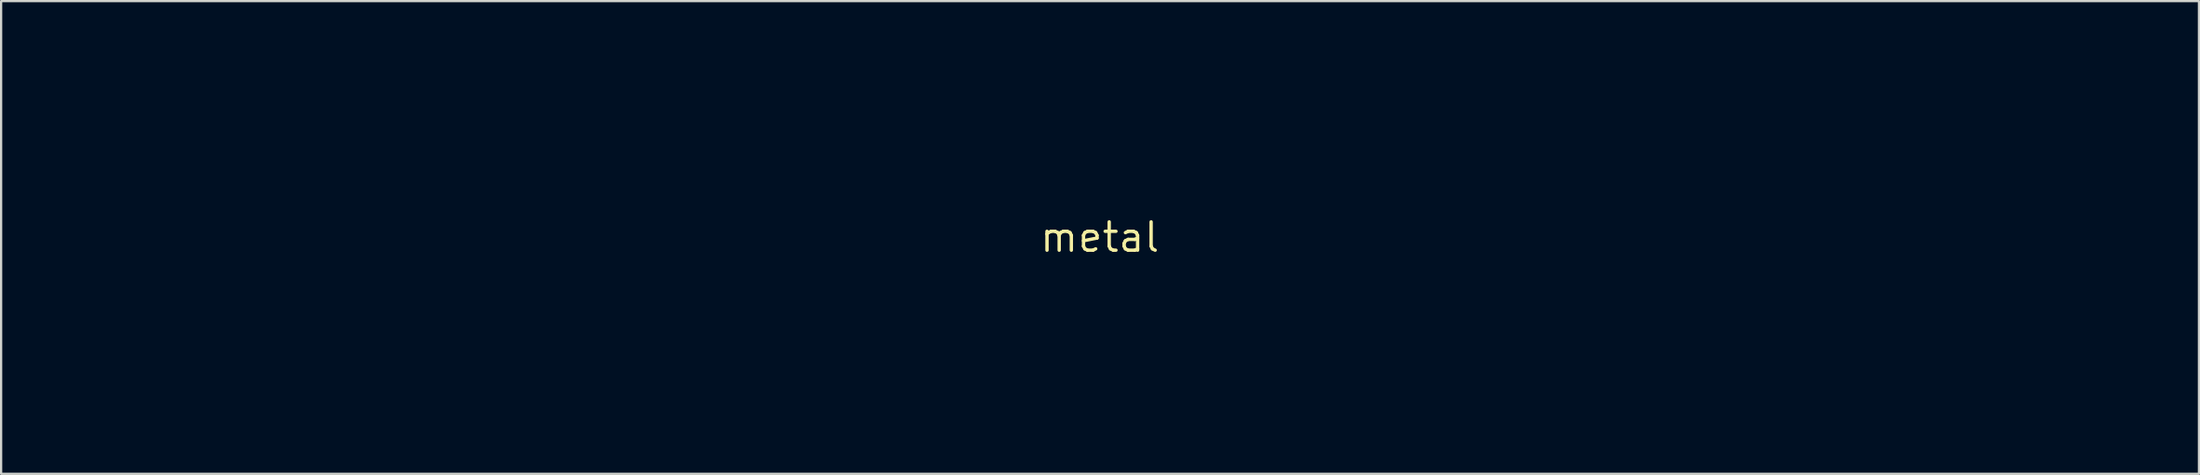
<source format=kicad_pcb>
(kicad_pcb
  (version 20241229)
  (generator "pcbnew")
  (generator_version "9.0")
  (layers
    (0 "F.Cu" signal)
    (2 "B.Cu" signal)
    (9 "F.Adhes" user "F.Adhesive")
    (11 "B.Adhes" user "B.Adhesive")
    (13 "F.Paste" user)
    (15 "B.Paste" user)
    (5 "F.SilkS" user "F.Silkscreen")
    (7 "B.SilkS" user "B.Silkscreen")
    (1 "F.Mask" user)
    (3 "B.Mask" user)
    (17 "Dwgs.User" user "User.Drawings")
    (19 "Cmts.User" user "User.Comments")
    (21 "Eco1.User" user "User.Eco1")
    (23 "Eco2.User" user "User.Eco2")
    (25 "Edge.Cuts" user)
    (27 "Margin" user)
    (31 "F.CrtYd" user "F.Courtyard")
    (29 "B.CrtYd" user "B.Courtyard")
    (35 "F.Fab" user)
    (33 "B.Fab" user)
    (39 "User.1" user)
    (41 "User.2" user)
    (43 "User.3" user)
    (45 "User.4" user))
  (footprint "metal"
    (layer "F.Cu")
    (at 46.138 7.583)
    (property "Reference" "metal" (at 0 0 0) (layer "F.SilkS") (effects (font (size 1.27 1.27) (thickness 0.15))))
    (attr through_hole)
    (fp_poly (pts (xy 33.452 -6.39) (xy 33.602 -6.351) (xy 33.741 -6.282) (xy 33.866 -6.182) (xy 33.968 -6.052) (xy 34.012 -5.972) (xy 34.038 -5.91) (xy 34.055 -5.852) (xy 34.064 -5.786) (xy 34.067 -5.698) (xy 34.068 -5.641) (xy 34.062 -5.499) (xy 34.041 -5.385) (xy 34.001 -5.287) (xy 33.938 -5.194) (xy 33.876 -5.123) (xy 33.758 -5.017) (xy 33.63 -4.946) (xy 33.484 -4.907) (xy 33.36 -4.896) (xy 33.239 -4.897) (xy 33.138 -4.907) (xy 33.09 -4.919) (xy 32.944 -4.987) (xy 32.812 -5.089) (xy 32.701 -5.215) (xy 32.623 -5.357) (xy 32.617 -5.372) (xy 32.585 -5.503) (xy 32.575 -5.651) (xy 32.589 -5.8) (xy 32.624 -5.935) (xy 32.646 -5.986) (xy 32.742 -6.129) (xy 32.86 -6.243) (xy 32.995 -6.325) (xy 33.143 -6.377) (xy 33.297 -6.399) (xy 33.452 -6.39)) (stroke (width 0.01) (type solid)) (fill yes) (layer "F.Mask"))
    (fp_poly (pts (xy 40.941 -3.891) (xy 41.099 -3.85) (xy 41.246 -3.771) (xy 41.373 -3.661) (xy 41.476 -3.522) (xy 41.504 -3.471) (xy 41.531 -3.411) (xy 41.548 -3.357) (xy 41.557 -3.294) (xy 41.56 -3.21) (xy 41.561 -3.143) (xy 41.555 -3.001) (xy 41.534 -2.887) (xy 41.494 -2.79) (xy 41.431 -2.696) (xy 41.369 -2.626) (xy 41.255 -2.522) (xy 41.133 -2.453) (xy 40.994 -2.413) (xy 40.842 -2.398) (xy 40.736 -2.397) (xy 40.657 -2.403) (xy 40.59 -2.418) (xy 40.535 -2.437) (xy 40.419 -2.5) (xy 40.306 -2.593) (xy 40.207 -2.703) (xy 40.132 -2.82) (xy 40.111 -2.868) (xy 40.078 -3.004) (xy 40.068 -3.155) (xy 40.082 -3.306) (xy 40.119 -3.442) (xy 40.139 -3.488) (xy 40.238 -3.636) (xy 40.363 -3.753) (xy 40.511 -3.837) (xy 40.678 -3.886) (xy 40.859 -3.898) (xy 40.941 -3.891)) (stroke (width 0.01) (type solid)) (fill yes) (layer "F.Mask"))
    (fp_poly (pts (xy 43.141 -3.274) (xy 43.278 -3.244) (xy 43.409 -3.185) (xy 43.463 -3.151) (xy 43.587 -3.045) (xy 43.682 -2.914) (xy 43.746 -2.766) (xy 43.779 -2.607) (xy 43.779 -2.443) (xy 43.746 -2.283) (xy 43.678 -2.133) (xy 43.625 -2.057) (xy 43.502 -1.934) (xy 43.356 -1.843) (xy 43.194 -1.787) (xy 43.023 -1.768) (xy 42.902 -1.778) (xy 42.737 -1.827) (xy 42.586 -1.913) (xy 42.456 -2.029) (xy 42.356 -2.171) (xy 42.343 -2.195) (xy 42.313 -2.26) (xy 42.295 -2.316) (xy 42.285 -2.38) (xy 42.282 -2.464) (xy 42.281 -2.519) (xy 42.282 -2.621) (xy 42.289 -2.696) (xy 42.303 -2.756) (xy 42.326 -2.818) (xy 42.336 -2.839) (xy 42.427 -2.99) (xy 42.546 -3.111) (xy 42.677 -3.197) (xy 42.757 -3.236) (xy 42.829 -3.259) (xy 42.911 -3.272) (xy 42.982 -3.277) (xy 43.141 -3.274)) (stroke (width 0.01) (type solid)) (fill yes) (layer "F.Mask"))
    (fp_poly (pts (xy 45.564 -2.425) (xy 45.731 -2.373) (xy 45.79 -2.344) (xy 45.923 -2.251) (xy 46.034 -2.125) (xy 46.102 -2.011) (xy 46.13 -1.944) (xy 46.148 -1.866) (xy 46.158 -1.764) (xy 46.16 -1.725) (xy 46.157 -1.564) (xy 46.129 -1.429) (xy 46.073 -1.308) (xy 45.985 -1.191) (xy 45.971 -1.176) (xy 45.854 -1.067) (xy 45.73 -0.994) (xy 45.59 -0.952) (xy 45.447 -0.938) (xy 45.325 -0.939) (xy 45.224 -0.949) (xy 45.177 -0.961) (xy 45.043 -1.019) (xy 44.924 -1.106) (xy 44.853 -1.176) (xy 44.774 -1.272) (xy 44.72 -1.366) (xy 44.689 -1.468) (xy 44.675 -1.592) (xy 44.672 -1.683) (xy 44.674 -1.787) (xy 44.68 -1.863) (xy 44.692 -1.923) (xy 44.713 -1.98) (xy 44.727 -2.011) (xy 44.818 -2.157) (xy 44.936 -2.275) (xy 45.076 -2.363) (xy 45.23 -2.418) (xy 45.395 -2.44) (xy 45.564 -2.425)) (stroke (width 0.01) (type solid)) (fill yes) (layer "F.Mask"))
    (fp_poly (pts (xy 35.884 -5.575) (xy 35.958 -5.567) (xy 36.021 -5.551) (xy 36.086 -5.523) (xy 36.089 -5.522) (xy 36.24 -5.432) (xy 36.358 -5.319) (xy 36.449 -5.178) (xy 36.453 -5.169) (xy 36.486 -5.1) (xy 36.506 -5.043) (xy 36.517 -4.985) (xy 36.522 -4.911) (xy 36.523 -4.816) (xy 36.522 -4.716) (xy 36.518 -4.646) (xy 36.507 -4.592) (xy 36.487 -4.54) (xy 36.455 -4.478) (xy 36.45 -4.47) (xy 36.347 -4.32) (xy 36.219 -4.204) (xy 36.069 -4.124) (xy 35.898 -4.08) (xy 35.83 -4.073) (xy 35.724 -4.072) (xy 35.626 -4.082) (xy 35.58 -4.092) (xy 35.413 -4.159) (xy 35.272 -4.259) (xy 35.16 -4.385) (xy 35.081 -4.536) (xy 35.036 -4.705) (xy 35.028 -4.826) (xy 35.047 -5.01) (xy 35.103 -5.173) (xy 35.195 -5.314) (xy 35.322 -5.433) (xy 35.474 -5.522) (xy 35.542 -5.55) (xy 35.606 -5.567) (xy 35.681 -5.575) (xy 35.782 -5.577) (xy 35.884 -5.575)) (stroke (width 0.01) (type solid)) (fill yes) (layer "F.Mask"))
    (fp_poly (pts (xy 38.382 -4.751) (xy 38.454 -4.746) (xy 38.511 -4.734) (xy 38.565 -4.714) (xy 38.611 -4.691) (xy 38.76 -4.593) (xy 38.884 -4.462) (xy 38.961 -4.339) (xy 38.989 -4.28) (xy 39.007 -4.227) (xy 39.016 -4.168) (xy 39.02 -4.089) (xy 39.021 -4.011) (xy 39.019 -3.908) (xy 39.014 -3.834) (xy 39.002 -3.776) (xy 38.981 -3.72) (xy 38.964 -3.683) (xy 38.866 -3.53) (xy 38.74 -3.408) (xy 38.588 -3.318) (xy 38.416 -3.263) (xy 38.407 -3.262) (xy 38.337 -3.249) (xy 38.288 -3.243) (xy 38.245 -3.244) (xy 38.19 -3.252) (xy 38.138 -3.26) (xy 38.039 -3.288) (xy 37.929 -3.337) (xy 37.824 -3.398) (xy 37.74 -3.463) (xy 37.718 -3.486) (xy 37.618 -3.63) (xy 37.553 -3.788) (xy 37.524 -3.952) (xy 37.53 -4.118) (xy 37.572 -4.279) (xy 37.648 -4.427) (xy 37.753 -4.551) (xy 37.854 -4.638) (xy 37.948 -4.696) (xy 38.048 -4.732) (xy 38.166 -4.749) (xy 38.28 -4.752) (xy 38.382 -4.751)) (stroke (width 0.01) (type solid)) (fill yes) (layer "F.Mask"))
    (fp_poly (pts (xy 10.107 -5.831) (xy 10.14 -3.545) (xy 10.144 -3.238) (xy 10.149 -2.943) (xy 10.153 -2.663) (xy 10.156 -2.4) (xy 10.16 -2.157) (xy 10.163 -1.938) (xy 10.165 -1.744) (xy 10.168 -1.579) (xy 10.17 -1.445) (xy 10.171 -1.345) (xy 10.172 -1.281) (xy 10.172 -1.257) (xy 10.172 -1.257) (xy 10.152 -1.254) (xy 10.1 -1.249) (xy 10.028 -1.243) (xy 10.017 -1.242) (xy 9.864 -1.23) (xy 9.863 -1.393) (xy 9.863 -1.438) (xy 9.862 -1.522) (xy 9.86 -1.641) (xy 9.858 -1.793) (xy 9.855 -1.975) (xy 9.852 -2.182) (xy 9.849 -2.412) (xy 9.845 -2.662) (xy 9.841 -2.928) (xy 9.837 -3.206) (xy 9.832 -3.494) (xy 9.832 -3.524) (xy 9.827 -3.814) (xy 9.823 -4.094) (xy 9.819 -4.362) (xy 9.815 -4.614) (xy 9.812 -4.848) (xy 9.809 -5.059) (xy 9.806 -5.244) (xy 9.804 -5.401) (xy 9.802 -5.526) (xy 9.801 -5.615) (xy 9.801 -5.666) (xy 9.801 -5.668) (xy 9.8 -5.844) (xy 10.107 -5.831)) (stroke (width 0.01) (type solid)) (fill yes) (layer "F.Mask"))
    (fp_poly (pts (xy -1.926 -5.699) (xy -1.926 -5.619) (xy -1.925 -5.501) (xy -1.923 -5.349) (xy -1.921 -5.167) (xy -1.919 -4.959) (xy -1.916 -4.729) (xy -1.913 -4.482) (xy -1.91 -4.22) (xy -1.906 -3.949) (xy -1.902 -3.673) (xy -1.898 -3.395) (xy -1.894 -3.12) (xy -1.89 -2.852) (xy -1.886 -2.595) (xy -1.883 -2.352) (xy -1.879 -2.129) (xy -1.876 -1.929) (xy -1.873 -1.773) (xy -1.86 -1.079) (xy -2.02 -1.079) (xy -2.11 -1.082) (xy -2.162 -1.09) (xy -2.18 -1.104) (xy -2.181 -1.106) (xy -2.183 -1.274) (xy -2.186 -1.469) (xy -2.19 -1.688) (xy -2.193 -1.927) (xy -2.197 -2.182) (xy -2.201 -2.451) (xy -2.205 -2.73) (xy -2.209 -3.014) (xy -2.213 -3.302) (xy -2.217 -3.588) (xy -2.22 -3.87) (xy -2.224 -4.145) (xy -2.228 -4.408) (xy -2.231 -4.656) (xy -2.234 -4.886) (xy -2.237 -5.094) (xy -2.239 -5.276) (xy -2.241 -5.43) (xy -2.242 -5.551) (xy -2.243 -5.637) (xy -2.243 -5.678) (xy -2.244 -5.99) (xy -1.926 -5.99) (xy -1.926 -5.699)) (stroke (width 0.01) (type solid)) (fill yes) (layer "F.Mask"))
    (fp_poly (pts (xy 2.413 -5.837) (xy 2.414 -5.8) (xy 2.415 -5.724) (xy 2.416 -5.612) (xy 2.418 -5.466) (xy 2.421 -5.291) (xy 2.424 -5.089) (xy 2.427 -4.864) (xy 2.431 -4.617) (xy 2.435 -4.353) (xy 2.439 -4.075) (xy 2.443 -3.785) (xy 2.445 -3.683) (xy 2.449 -3.387) (xy 2.453 -3.1) (xy 2.457 -2.824) (xy 2.461 -2.563) (xy 2.465 -2.321) (xy 2.468 -2.1) (xy 2.47 -1.904) (xy 2.473 -1.736) (xy 2.474 -1.599) (xy 2.475 -1.498) (xy 2.476 -1.434) (xy 2.476 -1.423) (xy 2.477 -1.206) (xy 2.159 -1.206) (xy 2.159 -1.582) (xy 2.159 -1.677) (xy 2.158 -1.81) (xy 2.156 -1.976) (xy 2.154 -2.171) (xy 2.152 -2.39) (xy 2.149 -2.63) (xy 2.146 -2.886) (xy 2.142 -3.153) (xy 2.138 -3.427) (xy 2.135 -3.703) (xy 2.131 -3.977) (xy 2.127 -4.245) (xy 2.123 -4.502) (xy 2.119 -4.744) (xy 2.115 -4.966) (xy 2.112 -5.164) (xy 2.109 -5.333) (xy 2.107 -5.413) (xy 2.096 -5.948) (xy 2.413 -5.948) (xy 2.413 -5.837)) (stroke (width 0.01) (type solid)) (fill yes) (layer "F.Mask"))
    (fp_poly (pts (xy 13.039 -5.604) (xy 13.04 -5.548) (xy 13.041 -5.453) (xy 13.042 -5.323) (xy 13.044 -5.16) (xy 13.047 -4.969) (xy 13.05 -4.753) (xy 13.053 -4.514) (xy 13.057 -4.257) (xy 13.061 -3.985) (xy 13.065 -3.702) (xy 13.07 -3.41) (xy 13.07 -3.376) (xy 13.075 -3.088) (xy 13.079 -2.81) (xy 13.083 -2.547) (xy 13.087 -2.3) (xy 13.09 -2.074) (xy 13.093 -1.871) (xy 13.096 -1.694) (xy 13.098 -1.546) (xy 13.1 -1.431) (xy 13.101 -1.352) (xy 13.102 -1.311) (xy 13.102 -1.307) (xy 13.102 -1.228) (xy 12.785 -1.228) (xy 12.785 -1.58) (xy 12.784 -1.673) (xy 12.783 -1.803) (xy 12.782 -1.967) (xy 12.78 -2.16) (xy 12.777 -2.377) (xy 12.774 -2.614) (xy 12.771 -2.867) (xy 12.767 -3.13) (xy 12.763 -3.4) (xy 12.76 -3.672) (xy 12.756 -3.942) (xy 12.752 -4.204) (xy 12.748 -4.455) (xy 12.744 -4.691) (xy 12.74 -4.905) (xy 12.736 -5.095) (xy 12.733 -5.256) (xy 12.732 -5.308) (xy 12.721 -5.842) (xy 13.039 -5.842) (xy 13.039 -5.604)) (stroke (width 0.01) (type solid)) (fill yes) (layer "F.Mask"))
    (fp_poly (pts (xy 7.451 -5.487) (xy 7.452 -5.413) (xy 7.453 -5.3) (xy 7.454 -5.153) (xy 7.456 -4.974) (xy 7.459 -4.767) (xy 7.462 -4.537) (xy 7.466 -4.287) (xy 7.469 -4.021) (xy 7.473 -3.743) (xy 7.478 -3.455) (xy 7.481 -3.196) (xy 7.486 -2.914) (xy 7.49 -2.644) (xy 7.493 -2.389) (xy 7.497 -2.153) (xy 7.5 -1.937) (xy 7.502 -1.746) (xy 7.504 -1.582) (xy 7.506 -1.449) (xy 7.507 -1.348) (xy 7.508 -1.283) (xy 7.507 -1.258) (xy 7.507 -1.257) (xy 7.486 -1.254) (xy 7.433 -1.249) (xy 7.36 -1.243) (xy 7.35 -1.242) (xy 7.197 -1.23) (xy 7.197 -1.52) (xy 7.196 -1.601) (xy 7.195 -1.72) (xy 7.194 -1.873) (xy 7.191 -2.056) (xy 7.189 -2.264) (xy 7.186 -2.493) (xy 7.182 -2.738) (xy 7.179 -2.996) (xy 7.175 -3.263) (xy 7.171 -3.533) (xy 7.167 -3.803) (xy 7.163 -4.068) (xy 7.159 -4.325) (xy 7.154 -4.568) (xy 7.151 -4.794) (xy 7.147 -4.998) (xy 7.143 -5.177) (xy 7.143 -5.191) (xy 7.13 -5.842) (xy 7.451 -5.842) (xy 7.451 -5.487)) (stroke (width 0.01) (type solid)) (fill yes) (layer "F.Mask"))
    (fp_poly (pts (xy -18.669 -5.772) (xy -18.669 -5.687) (xy -18.668 -5.563) (xy -18.666 -5.405) (xy -18.664 -5.218) (xy -18.662 -5.004) (xy -18.659 -4.768) (xy -18.656 -4.514) (xy -18.653 -4.247) (xy -18.65 -3.97) (xy -18.646 -3.688) (xy -18.642 -3.404) (xy -18.638 -3.123) (xy -18.634 -2.848) (xy -18.631 -2.584) (xy -18.627 -2.336) (xy -18.623 -2.106) (xy -18.62 -1.899) (xy -18.617 -1.719) (xy -18.616 -1.656) (xy -18.603 -0.974) (xy -18.92 -0.974) (xy -18.931 -1.064) (xy -18.933 -1.096) (xy -18.935 -1.169) (xy -18.937 -1.278) (xy -18.94 -1.421) (xy -18.942 -1.595) (xy -18.945 -1.797) (xy -18.948 -2.024) (xy -18.952 -2.275) (xy -18.955 -2.545) (xy -18.958 -2.831) (xy -18.961 -3.132) (xy -18.964 -3.445) (xy -18.965 -3.514) (xy -18.968 -3.829) (xy -18.971 -4.133) (xy -18.974 -4.424) (xy -18.977 -4.7) (xy -18.981 -4.956) (xy -18.984 -5.19) (xy -18.986 -5.4) (xy -18.989 -5.583) (xy -18.992 -5.735) (xy -18.994 -5.854) (xy -18.996 -5.937) (xy -18.997 -5.981) (xy -18.998 -5.985) (xy -19.008 -6.096) (xy -18.669 -6.096) (xy -18.669 -5.772)) (stroke (width 0.01) (type solid)) (fill yes) (layer "F.Mask"))
    (fp_poly (pts (xy -4.022 -5.572) (xy -4.021 -5.475) (xy -4.021 -5.34) (xy -4.019 -5.171) (xy -4.017 -4.973) (xy -4.015 -4.75) (xy -4.012 -4.507) (xy -4.009 -4.247) (xy -4.006 -3.976) (xy -4.002 -3.697) (xy -3.998 -3.416) (xy -3.995 -3.135) (xy -3.991 -2.86) (xy -3.987 -2.596) (xy -3.983 -2.345) (xy -3.98 -2.114) (xy -3.976 -1.905) (xy -3.973 -1.725) (xy -3.97 -1.582) (xy -3.96 -1.079) (xy -4.118 -1.079) (xy -4.194 -1.08) (xy -4.25 -1.082) (xy -4.276 -1.084) (xy -4.277 -1.085) (xy -4.278 -1.108) (xy -4.279 -1.17) (xy -4.281 -1.267) (xy -4.284 -1.396) (xy -4.286 -1.555) (xy -4.289 -1.738) (xy -4.292 -1.944) (xy -4.295 -2.168) (xy -4.299 -2.407) (xy -4.303 -2.658) (xy -4.306 -2.917) (xy -4.31 -3.181) (xy -4.314 -3.447) (xy -4.317 -3.711) (xy -4.321 -3.97) (xy -4.324 -4.22) (xy -4.327 -4.458) (xy -4.33 -4.681) (xy -4.332 -4.885) (xy -4.334 -5.066) (xy -4.336 -5.222) (xy -4.337 -5.349) (xy -4.338 -5.443) (xy -4.338 -5.487) (xy -4.339 -5.99) (xy -4.022 -5.99) (xy -4.022 -5.572)) (stroke (width 0.01) (type solid)) (fill yes) (layer "F.Mask"))
    (fp_poly (pts (xy 19.312 -5.159) (xy 19.316 -4.972) (xy 19.321 -4.763) (xy 19.325 -4.538) (xy 19.329 -4.298) (xy 19.334 -4.048) (xy 19.338 -3.792) (xy 19.342 -3.532) (xy 19.346 -3.272) (xy 19.349 -3.016) (xy 19.352 -2.767) (xy 19.355 -2.529) (xy 19.358 -2.305) (xy 19.36 -2.098) (xy 19.361 -1.913) (xy 19.362 -1.753) (xy 19.363 -1.621) (xy 19.362 -1.521) (xy 19.362 -1.456) (xy 19.36 -1.429) (xy 19.36 -1.429) (xy 19.341 -1.411) (xy 19.297 -1.4) (xy 19.22 -1.397) (xy 19.209 -1.397) (xy 19.071 -1.397) (xy 19.071 -1.55) (xy 19.07 -1.595) (xy 19.069 -1.678) (xy 19.068 -1.796) (xy 19.065 -1.947) (xy 19.063 -2.127) (xy 19.059 -2.332) (xy 19.056 -2.559) (xy 19.052 -2.806) (xy 19.048 -3.067) (xy 19.043 -3.341) (xy 19.039 -3.567) (xy 19.035 -3.847) (xy 19.03 -4.118) (xy 19.026 -4.377) (xy 19.022 -4.618) (xy 19.019 -4.841) (xy 19.016 -5.04) (xy 19.013 -5.213) (xy 19.011 -5.356) (xy 19.009 -5.467) (xy 19.008 -5.541) (xy 19.008 -5.572) (xy 19.008 -5.715) (xy 19.299 -5.715) (xy 19.312 -5.159)) (stroke (width 0.01) (type solid)) (fill yes) (layer "F.Mask"))
    (fp_poly (pts (xy -12.592 -5.99) (xy -12.536 -5.988) (xy -12.509 -5.985) (xy -12.509 -5.985) (xy -12.508 -5.961) (xy -12.507 -5.899) (xy -12.505 -5.801) (xy -12.503 -5.67) (xy -12.5 -5.511) (xy -12.497 -5.326) (xy -12.494 -5.12) (xy -12.491 -4.894) (xy -12.488 -4.654) (xy -12.484 -4.401) (xy -12.48 -4.14) (xy -12.477 -3.874) (xy -12.473 -3.606) (xy -12.469 -3.339) (xy -12.466 -3.077) (xy -12.462 -2.824) (xy -12.459 -2.583) (xy -12.456 -2.356) (xy -12.454 -2.148) (xy -12.451 -1.962) (xy -12.45 -1.802) (xy -12.448 -1.669) (xy -12.447 -1.569) (xy -12.447 -1.504) (xy -12.447 -1.498) (xy -12.446 -1.079) (xy -12.764 -1.079) (xy -12.763 -1.445) (xy -12.764 -1.537) (xy -12.765 -1.667) (xy -12.766 -1.832) (xy -12.768 -2.025) (xy -12.771 -2.244) (xy -12.773 -2.484) (xy -12.777 -2.74) (xy -12.78 -3.008) (xy -12.784 -3.285) (xy -12.787 -3.565) (xy -12.791 -3.844) (xy -12.795 -4.119) (xy -12.799 -4.384) (xy -12.803 -4.635) (xy -12.807 -4.869) (xy -12.81 -5.081) (xy -12.813 -5.267) (xy -12.816 -5.403) (xy -12.828 -5.99) (xy -12.669 -5.99) (xy -12.592 -5.99)) (stroke (width 0.01) (type solid)) (fill yes) (layer "F.Mask"))
    (fp_poly (pts (xy -6.008 -5.99) (xy -5.952 -5.988) (xy -5.926 -5.985) (xy -5.925 -5.985) (xy -5.924 -5.962) (xy -5.923 -5.901) (xy -5.921 -5.803) (xy -5.918 -5.674) (xy -5.916 -5.516) (xy -5.913 -5.333) (xy -5.91 -5.128) (xy -5.906 -4.904) (xy -5.903 -4.666) (xy -5.899 -4.415) (xy -5.896 -4.156) (xy -5.892 -3.893) (xy -5.888 -3.628) (xy -5.885 -3.365) (xy -5.881 -3.107) (xy -5.878 -2.858) (xy -5.875 -2.621) (xy -5.873 -2.4) (xy -5.87 -2.198) (xy -5.868 -2.018) (xy -5.866 -1.863) (xy -5.865 -1.738) (xy -5.865 -1.646) (xy -5.864 -1.614) (xy -5.863 -1.079) (xy -6.181 -1.079) (xy -6.181 -1.508) (xy -6.181 -1.609) (xy -6.182 -1.747) (xy -6.183 -1.919) (xy -6.185 -2.121) (xy -6.188 -2.346) (xy -6.19 -2.592) (xy -6.193 -2.854) (xy -6.197 -3.126) (xy -6.2 -3.406) (xy -6.204 -3.688) (xy -6.208 -3.968) (xy -6.211 -4.242) (xy -6.215 -4.505) (xy -6.219 -4.752) (xy -6.222 -4.98) (xy -6.226 -5.184) (xy -6.229 -5.359) (xy -6.232 -5.501) (xy -6.232 -5.519) (xy -6.242 -5.99) (xy -6.084 -5.99) (xy -6.008 -5.99)) (stroke (width 0.01) (type solid)) (fill yes) (layer "F.Mask"))
    (fp_poly (pts (xy 26.331 -5.403) (xy 26.332 -5.308) (xy 26.333 -5.176) (xy 26.334 -5.011) (xy 26.336 -4.818) (xy 26.339 -4.601) (xy 26.342 -4.366) (xy 26.345 -4.116) (xy 26.349 -3.857) (xy 26.353 -3.594) (xy 26.357 -3.33) (xy 26.361 -3.071) (xy 26.365 -2.821) (xy 26.369 -2.586) (xy 26.372 -2.369) (xy 26.376 -2.176) (xy 26.379 -2.012) (xy 26.382 -1.88) (xy 26.382 -1.868) (xy 26.392 -1.46) (xy 26.246 -1.46) (xy 26.168 -1.462) (xy 26.123 -1.467) (xy 26.101 -1.48) (xy 26.091 -1.503) (xy 26.09 -1.508) (xy 26.088 -1.536) (xy 26.086 -1.603) (xy 26.084 -1.706) (xy 26.081 -1.843) (xy 26.078 -2.009) (xy 26.075 -2.203) (xy 26.071 -2.42) (xy 26.068 -2.659) (xy 26.065 -2.915) (xy 26.061 -3.187) (xy 26.058 -3.47) (xy 26.057 -3.503) (xy 26.054 -3.791) (xy 26.05 -4.069) (xy 26.047 -4.335) (xy 26.043 -4.584) (xy 26.039 -4.815) (xy 26.036 -5.024) (xy 26.033 -5.206) (xy 26.03 -5.36) (xy 26.027 -5.481) (xy 26.025 -5.567) (xy 26.023 -5.613) (xy 26.023 -5.614) (xy 26.011 -5.779) (xy 26.331 -5.779) (xy 26.331 -5.403)) (stroke (width 0.01) (type solid)) (fill yes) (layer "F.Mask"))
    (fp_poly (pts (xy -13.878 -5.858) (xy -13.876 -5.805) (xy -13.874 -5.714) (xy -13.871 -5.588) (xy -13.868 -5.43) (xy -13.865 -5.244) (xy -13.862 -5.034) (xy -13.859 -4.804) (xy -13.855 -4.556) (xy -13.852 -4.295) (xy -13.848 -4.023) (xy -13.845 -3.746) (xy -13.841 -3.466) (xy -13.838 -3.187) (xy -13.835 -2.912) (xy -13.832 -2.646) (xy -13.83 -2.391) (xy -13.827 -2.152) (xy -13.825 -1.931) (xy -13.824 -1.734) (xy -13.822 -1.562) (xy -13.822 -1.42) (xy -13.821 -1.312) (xy -13.821 -1.307) (xy -13.822 -0.974) (xy -14.139 -0.974) (xy -14.14 -1.254) (xy -14.14 -1.314) (xy -14.141 -1.413) (xy -14.143 -1.548) (xy -14.144 -1.716) (xy -14.147 -1.913) (xy -14.15 -2.136) (xy -14.153 -2.381) (xy -14.156 -2.647) (xy -14.16 -2.928) (xy -14.164 -3.222) (xy -14.168 -3.527) (xy -14.171 -3.747) (xy -14.175 -4.05) (xy -14.179 -4.343) (xy -14.183 -4.622) (xy -14.187 -4.884) (xy -14.19 -5.126) (xy -14.193 -5.346) (xy -14.196 -5.54) (xy -14.198 -5.706) (xy -14.2 -5.841) (xy -14.201 -5.941) (xy -14.202 -6.005) (xy -14.202 -6.027) (xy -14.203 -6.096) (xy -13.89 -6.096) (xy -13.878 -5.858)) (stroke (width 0.01) (type solid)) (fill yes) (layer "F.Mask"))
    (fp_poly (pts (xy -9.565 -5.99) (xy -9.509 -5.988) (xy -9.482 -5.985) (xy -9.482 -5.985) (xy -9.481 -5.962) (xy -9.479 -5.899) (xy -9.478 -5.801) (xy -9.476 -5.671) (xy -9.473 -5.513) (xy -9.47 -5.328) (xy -9.467 -5.122) (xy -9.464 -4.897) (xy -9.46 -4.657) (xy -9.457 -4.405) (xy -9.453 -4.144) (xy -9.449 -3.878) (xy -9.446 -3.611) (xy -9.442 -3.345) (xy -9.439 -3.084) (xy -9.435 -2.832) (xy -9.432 -2.591) (xy -9.429 -2.366) (xy -9.427 -2.159) (xy -9.424 -1.974) (xy -9.423 -1.814) (xy -9.421 -1.683) (xy -9.42 -1.584) (xy -9.42 -1.521) (xy -9.42 -1.519) (xy -9.419 -1.079) (xy -9.737 -1.079) (xy -9.737 -1.454) (xy -9.737 -1.548) (xy -9.738 -1.68) (xy -9.739 -1.846) (xy -9.741 -2.042) (xy -9.744 -2.262) (xy -9.747 -2.503) (xy -9.75 -2.76) (xy -9.753 -3.029) (xy -9.757 -3.306) (xy -9.76 -3.586) (xy -9.764 -3.866) (xy -9.768 -4.139) (xy -9.772 -4.404) (xy -9.776 -4.654) (xy -9.779 -4.885) (xy -9.783 -5.094) (xy -9.786 -5.276) (xy -9.789 -5.427) (xy -9.789 -5.435) (xy -9.8 -5.99) (xy -9.641 -5.99) (xy -9.565 -5.99)) (stroke (width 0.01) (type solid)) (fill yes) (layer "F.Mask"))
    (fp_poly (pts (xy -7.683 -5.71) (xy -7.683 -5.649) (xy -7.682 -5.549) (xy -7.68 -5.413) (xy -7.678 -5.245) (xy -7.676 -5.048) (xy -7.673 -4.826) (xy -7.67 -4.582) (xy -7.666 -4.318) (xy -7.662 -4.039) (xy -7.658 -3.748) (xy -7.654 -3.449) (xy -7.652 -3.313) (xy -7.647 -3.016) (xy -7.643 -2.73) (xy -7.639 -2.459) (xy -7.636 -2.204) (xy -7.632 -1.97) (xy -7.629 -1.759) (xy -7.627 -1.573) (xy -7.624 -1.417) (xy -7.623 -1.292) (xy -7.621 -1.202) (xy -7.621 -1.15) (xy -7.62 -1.138) (xy -7.62 -1.079) (xy -7.938 -1.079) (xy -7.938 -1.148) (xy -7.938 -1.179) (xy -7.939 -1.249) (xy -7.941 -1.355) (xy -7.943 -1.495) (xy -7.945 -1.665) (xy -7.948 -1.863) (xy -7.951 -2.085) (xy -7.955 -2.329) (xy -7.958 -2.592) (xy -7.963 -2.87) (xy -7.967 -3.161) (xy -7.969 -3.334) (xy -7.974 -3.636) (xy -7.978 -3.931) (xy -7.982 -4.215) (xy -7.986 -4.485) (xy -7.989 -4.737) (xy -7.992 -4.969) (xy -7.995 -5.176) (xy -7.997 -5.356) (xy -7.999 -5.506) (xy -8 -5.621) (xy -8 -5.698) (xy -8.001 -5.72) (xy -8.001 -5.99) (xy -7.684 -5.99) (xy -7.683 -5.71)) (stroke (width 0.01) (type solid)) (fill yes) (layer "F.Mask"))
    (fp_poly (pts (xy 0.212 -5.879) (xy 0.212 -5.843) (xy 0.213 -5.767) (xy 0.215 -5.655) (xy 0.217 -5.509) (xy 0.219 -5.334) (xy 0.222 -5.131) (xy 0.225 -4.904) (xy 0.229 -4.657) (xy 0.233 -4.391) (xy 0.237 -4.11) (xy 0.241 -3.817) (xy 0.243 -3.651) (xy 0.248 -3.35) (xy 0.252 -3.057) (xy 0.256 -2.776) (xy 0.26 -2.509) (xy 0.263 -2.26) (xy 0.266 -2.033) (xy 0.269 -1.83) (xy 0.271 -1.654) (xy 0.273 -1.51) (xy 0.274 -1.4) (xy 0.275 -1.328) (xy 0.275 -1.307) (xy 0.275 -1.079) (xy -0.042 -1.079) (xy -0.043 -1.318) (xy -0.043 -1.372) (xy -0.044 -1.466) (xy -0.046 -1.596) (xy -0.048 -1.758) (xy -0.05 -1.95) (xy -0.053 -2.167) (xy -0.056 -2.407) (xy -0.06 -2.667) (xy -0.064 -2.942) (xy -0.068 -3.231) (xy -0.072 -3.529) (xy -0.074 -3.672) (xy -0.078 -3.97) (xy -0.083 -4.258) (xy -0.087 -4.532) (xy -0.09 -4.789) (xy -0.094 -5.027) (xy -0.097 -5.242) (xy -0.099 -5.432) (xy -0.102 -5.593) (xy -0.103 -5.723) (xy -0.105 -5.818) (xy -0.105 -5.875) (xy -0.105 -5.89) (xy -0.106 -5.99) (xy 0.212 -5.99) (xy 0.212 -5.879)) (stroke (width 0.01) (type solid)) (fill yes) (layer "F.Mask"))
    (fp_poly (pts (xy 16.066 -5.678) (xy 16.066 -5.642) (xy 16.067 -5.567) (xy 16.069 -5.457) (xy 16.071 -5.313) (xy 16.074 -5.14) (xy 16.077 -4.94) (xy 16.08 -4.718) (xy 16.084 -4.475) (xy 16.088 -4.215) (xy 16.093 -3.942) (xy 16.097 -3.662) (xy 16.102 -3.375) (xy 16.106 -3.096) (xy 16.11 -2.828) (xy 16.114 -2.576) (xy 16.118 -2.341) (xy 16.121 -2.129) (xy 16.123 -1.942) (xy 16.126 -1.783) (xy 16.127 -1.657) (xy 16.128 -1.567) (xy 16.128 -1.519) (xy 16.129 -1.291) (xy 15.981 -1.291) (xy 15.908 -1.292) (xy 15.854 -1.294) (xy 15.832 -1.296) (xy 15.831 -1.296) (xy 15.831 -1.32) (xy 15.829 -1.382) (xy 15.827 -1.479) (xy 15.825 -1.608) (xy 15.822 -1.765) (xy 15.819 -1.947) (xy 15.816 -2.149) (xy 15.812 -2.369) (xy 15.808 -2.604) (xy 15.805 -2.848) (xy 15.801 -3.099) (xy 15.797 -3.354) (xy 15.793 -3.608) (xy 15.789 -3.859) (xy 15.786 -4.102) (xy 15.783 -4.335) (xy 15.78 -4.553) (xy 15.777 -4.752) (xy 15.775 -4.931) (xy 15.773 -5.084) (xy 15.771 -5.209) (xy 15.77 -5.301) (xy 15.77 -5.35) (xy 15.769 -5.779) (xy 16.066 -5.779) (xy 16.066 -5.678)) (stroke (width 0.01) (type solid)) (fill yes) (layer "F.Mask"))
    (fp_poly (pts (xy -15.091 -5.773) (xy -15.091 -5.723) (xy -15.09 -5.634) (xy -15.089 -5.51) (xy -15.087 -5.353) (xy -15.085 -5.169) (xy -15.082 -4.959) (xy -15.079 -4.729) (xy -15.076 -4.48) (xy -15.073 -4.217) (xy -15.069 -3.944) (xy -15.066 -3.663) (xy -15.062 -3.378) (xy -15.058 -3.093) (xy -15.054 -2.811) (xy -15.051 -2.535) (xy -15.047 -2.27) (xy -15.044 -2.018) (xy -15.04 -1.784) (xy -15.037 -1.57) (xy -15.035 -1.381) (xy -15.032 -1.219) (xy -15.03 -1.088) (xy -15.029 -1) (xy -15.044 -0.985) (xy -15.091 -0.977) (xy -15.177 -0.974) (xy -15.185 -0.974) (xy -15.342 -0.974) (xy -15.354 -1.127) (xy -15.355 -1.168) (xy -15.357 -1.247) (xy -15.36 -1.362) (xy -15.362 -1.509) (xy -15.365 -1.684) (xy -15.368 -1.884) (xy -15.372 -2.106) (xy -15.375 -2.346) (xy -15.378 -2.601) (xy -15.382 -2.867) (xy -15.385 -3.141) (xy -15.389 -3.419) (xy -15.392 -3.697) (xy -15.395 -3.974) (xy -15.398 -4.244) (xy -15.401 -4.505) (xy -15.403 -4.752) (xy -15.405 -4.984) (xy -15.407 -5.195) (xy -15.408 -5.383) (xy -15.409 -5.545) (xy -15.41 -5.676) (xy -15.41 -5.741) (xy -15.409 -6.096) (xy -15.092 -6.096) (xy -15.091 -5.773)) (stroke (width 0.01) (type solid)) (fill yes) (layer "F.Mask"))
    (fp_poly (pts (xy 4.777 -5.903) (xy 4.829 -5.895) (xy 4.847 -5.881) (xy 4.848 -5.879) (xy 4.85 -5.737) (xy 4.853 -5.566) (xy 4.856 -5.368) (xy 4.859 -5.148) (xy 4.863 -4.909) (xy 4.867 -4.655) (xy 4.871 -4.389) (xy 4.875 -4.115) (xy 4.879 -3.837) (xy 4.883 -3.558) (xy 4.886 -3.282) (xy 4.89 -3.012) (xy 4.894 -2.752) (xy 4.897 -2.506) (xy 4.9 -2.277) (xy 4.903 -2.069) (xy 4.906 -1.885) (xy 4.907 -1.729) (xy 4.909 -1.605) (xy 4.91 -1.516) (xy 4.91 -1.466) (xy 4.911 -1.164) (xy 4.762 -1.164) (xy 4.67 -1.168) (xy 4.618 -1.179) (xy 4.605 -1.191) (xy 4.604 -1.215) (xy 4.602 -1.279) (xy 4.6 -1.379) (xy 4.597 -1.514) (xy 4.595 -1.679) (xy 4.592 -1.872) (xy 4.589 -2.09) (xy 4.586 -2.331) (xy 4.582 -2.59) (xy 4.579 -2.867) (xy 4.576 -3.157) (xy 4.574 -3.355) (xy 4.57 -3.657) (xy 4.567 -3.951) (xy 4.563 -4.232) (xy 4.56 -4.499) (xy 4.556 -4.747) (xy 4.553 -4.974) (xy 4.55 -5.177) (xy 4.547 -5.351) (xy 4.544 -5.495) (xy 4.541 -5.604) (xy 4.539 -5.677) (xy 4.538 -5.699) (xy 4.526 -5.905) (xy 4.687 -5.905) (xy 4.777 -5.903)) (stroke (width 0.01) (type solid)) (fill yes) (layer "F.Mask"))
    (fp_poly (pts (xy 22.691 -5.551) (xy 22.691 -5.499) (xy 22.692 -5.409) (xy 22.694 -5.283) (xy 22.696 -5.125) (xy 22.699 -4.938) (xy 22.702 -4.725) (xy 22.706 -4.491) (xy 22.709 -4.238) (xy 22.714 -3.971) (xy 22.718 -3.691) (xy 22.723 -3.41) (xy 22.727 -3.127) (xy 22.731 -2.857) (xy 22.735 -2.603) (xy 22.739 -2.366) (xy 22.742 -2.151) (xy 22.744 -1.96) (xy 22.747 -1.796) (xy 22.748 -1.662) (xy 22.749 -1.561) (xy 22.749 -1.496) (xy 22.749 -1.471) (xy 22.749 -1.47) (xy 22.727 -1.466) (xy 22.677 -1.461) (xy 22.612 -1.455) (xy 22.545 -1.449) (xy 22.49 -1.446) (xy 22.46 -1.445) (xy 22.457 -1.445) (xy 22.456 -1.469) (xy 22.455 -1.532) (xy 22.453 -1.63) (xy 22.451 -1.759) (xy 22.448 -1.916) (xy 22.445 -2.098) (xy 22.441 -2.3) (xy 22.438 -2.519) (xy 22.434 -2.752) (xy 22.43 -2.995) (xy 22.426 -3.244) (xy 22.422 -3.495) (xy 22.418 -3.746) (xy 22.414 -3.992) (xy 22.411 -4.231) (xy 22.408 -4.457) (xy 22.404 -4.668) (xy 22.402 -4.86) (xy 22.399 -5.03) (xy 22.397 -5.173) (xy 22.396 -5.287) (xy 22.395 -5.368) (xy 22.395 -5.403) (xy 22.394 -5.757) (xy 22.691 -5.757) (xy 22.691 -5.551)) (stroke (width 0.01) (type solid)) (fill yes) (layer "F.Mask"))
    (fp_poly (pts (xy -17.547 -5.868) (xy -17.546 -5.816) (xy -17.545 -5.724) (xy -17.544 -5.596) (xy -17.542 -5.436) (xy -17.54 -5.246) (xy -17.537 -5.029) (xy -17.534 -4.788) (xy -17.53 -4.528) (xy -17.527 -4.25) (xy -17.523 -3.959) (xy -17.519 -3.657) (xy -17.515 -3.418) (xy -17.511 -3.113) (xy -17.507 -2.818) (xy -17.503 -2.536) (xy -17.5 -2.27) (xy -17.496 -2.023) (xy -17.493 -1.799) (xy -17.491 -1.6) (xy -17.488 -1.429) (xy -17.487 -1.288) (xy -17.485 -1.182) (xy -17.484 -1.112) (xy -17.484 -1.085) (xy -17.484 -0.974) (xy -17.642 -0.974) (xy -17.719 -0.974) (xy -17.775 -0.976) (xy -17.802 -0.978) (xy -17.803 -0.979) (xy -17.804 -1.002) (xy -17.805 -1.063) (xy -17.807 -1.161) (xy -17.809 -1.291) (xy -17.811 -1.449) (xy -17.814 -1.634) (xy -17.817 -1.841) (xy -17.82 -2.067) (xy -17.824 -2.308) (xy -17.827 -2.562) (xy -17.831 -2.826) (xy -17.834 -3.095) (xy -17.838 -3.366) (xy -17.841 -3.636) (xy -17.845 -3.903) (xy -17.848 -4.162) (xy -17.851 -4.409) (xy -17.854 -4.643) (xy -17.857 -4.859) (xy -17.859 -5.055) (xy -17.861 -5.226) (xy -17.862 -5.37) (xy -17.863 -5.483) (xy -17.864 -5.562) (xy -17.864 -5.572) (xy -17.865 -6.096) (xy -17.547 -6.096) (xy -17.547 -5.868)) (stroke (width 0.01) (type solid)) (fill yes) (layer "F.Mask"))
    (fp_poly (pts (xy -16.402 -6.095) (xy -16.346 -6.094) (xy -16.32 -6.091) (xy -16.319 -6.091) (xy -16.318 -6.067) (xy -16.317 -6.004) (xy -16.315 -5.905) (xy -16.313 -5.774) (xy -16.311 -5.613) (xy -16.308 -5.427) (xy -16.305 -5.218) (xy -16.302 -4.99) (xy -16.299 -4.746) (xy -16.295 -4.49) (xy -16.292 -4.224) (xy -16.288 -3.952) (xy -16.284 -3.677) (xy -16.281 -3.403) (xy -16.277 -3.133) (xy -16.274 -2.87) (xy -16.271 -2.617) (xy -16.268 -2.378) (xy -16.265 -2.156) (xy -16.263 -1.954) (xy -16.261 -1.776) (xy -16.259 -1.625) (xy -16.258 -1.504) (xy -16.257 -1.417) (xy -16.257 -1.371) (xy -16.256 -0.974) (xy -16.573 -0.974) (xy -16.574 -1.117) (xy -16.574 -1.157) (xy -16.575 -1.237) (xy -16.577 -1.353) (xy -16.579 -1.503) (xy -16.581 -1.683) (xy -16.584 -1.89) (xy -16.587 -2.121) (xy -16.59 -2.374) (xy -16.594 -2.645) (xy -16.598 -2.931) (xy -16.602 -3.23) (xy -16.605 -3.482) (xy -16.61 -3.79) (xy -16.614 -4.088) (xy -16.617 -4.375) (xy -16.621 -4.647) (xy -16.624 -4.9) (xy -16.627 -5.132) (xy -16.63 -5.34) (xy -16.632 -5.521) (xy -16.634 -5.67) (xy -16.636 -5.786) (xy -16.636 -5.866) (xy -16.637 -5.9) (xy -16.637 -6.096) (xy -16.478 -6.096) (xy -16.402 -6.095)) (stroke (width 0.01) (type solid)) (fill yes) (layer "F.Mask"))
    (fp_poly (pts (xy -10.964 -5.689) (xy -10.964 -5.624) (xy -10.963 -5.521) (xy -10.961 -5.383) (xy -10.959 -5.212) (xy -10.957 -5.013) (xy -10.954 -4.788) (xy -10.95 -4.541) (xy -10.947 -4.276) (xy -10.943 -3.995) (xy -10.939 -3.703) (xy -10.935 -3.402) (xy -10.933 -3.27) (xy -10.928 -2.974) (xy -10.924 -2.689) (xy -10.92 -2.419) (xy -10.917 -2.166) (xy -10.913 -1.934) (xy -10.91 -1.724) (xy -10.907 -1.541) (xy -10.905 -1.387) (xy -10.903 -1.264) (xy -10.902 -1.177) (xy -10.901 -1.127) (xy -10.901 -1.117) (xy -10.906 -1.097) (xy -10.928 -1.086) (xy -10.974 -1.081) (xy -11.054 -1.08) (xy -11.06 -1.079) (xy -11.14 -1.08) (xy -11.188 -1.085) (xy -11.211 -1.095) (xy -11.218 -1.114) (xy -11.219 -1.127) (xy -11.219 -1.155) (xy -11.22 -1.221) (xy -11.222 -1.325) (xy -11.224 -1.462) (xy -11.226 -1.629) (xy -11.229 -1.825) (xy -11.232 -2.045) (xy -11.235 -2.287) (xy -11.239 -2.548) (xy -11.243 -2.825) (xy -11.248 -3.115) (xy -11.25 -3.291) (xy -11.254 -3.594) (xy -11.259 -3.89) (xy -11.263 -4.175) (xy -11.266 -4.447) (xy -11.27 -4.701) (xy -11.273 -4.935) (xy -11.276 -5.145) (xy -11.278 -5.327) (xy -11.279 -5.479) (xy -11.281 -5.596) (xy -11.281 -5.677) (xy -11.281 -5.699) (xy -11.282 -5.99) (xy -10.964 -5.99) (xy -10.964 -5.689)) (stroke (width 0.01) (type solid)) (fill yes) (layer "F.Mask"))
    (fp_poly (pts (xy 30.593 -5.308) (xy 30.597 -5.145) (xy 30.601 -4.977) (xy 30.604 -4.813) (xy 30.606 -4.667) (xy 30.607 -4.548) (xy 30.607 -4.527) (xy 30.607 -4.405) (xy 30.61 -4.32) (xy 30.619 -4.265) (xy 30.636 -4.232) (xy 30.665 -4.217) (xy 30.709 -4.212) (xy 30.759 -4.212) (xy 30.853 -4.205) (xy 30.973 -4.186) (xy 31.105 -4.157) (xy 31.235 -4.123) (xy 31.35 -4.086) (xy 31.418 -4.059) (xy 31.546 -3.988) (xy 31.633 -3.911) (xy 31.679 -3.831) (xy 31.684 -3.749) (xy 31.65 -3.669) (xy 31.576 -3.592) (xy 31.462 -3.52) (xy 31.31 -3.455) (xy 31.301 -3.452) (xy 31.212 -3.427) (xy 31.099 -3.4) (xy 30.976 -3.377) (xy 30.857 -3.358) (xy 30.755 -3.347) (xy 30.706 -3.344) (xy 30.623 -3.344) (xy 30.639 -2.413) (xy 30.654 -1.482) (xy 30.358 -1.482) (xy 30.345 -2.196) (xy 30.341 -2.407) (xy 30.336 -2.64) (xy 30.332 -2.884) (xy 30.327 -3.124) (xy 30.323 -3.348) (xy 30.319 -3.544) (xy 30.319 -3.551) (xy 30.306 -4.191) (xy 30.165 -4.195) (xy 30.1 -4.197) (xy 30.075 -4.2) (xy 30.09 -4.203) (xy 30.12 -4.206) (xy 30.191 -4.213) (xy 30.252 -4.221) (xy 30.265 -4.224) (xy 30.315 -4.235) (xy 30.299 -5.017) (xy 30.284 -5.8) (xy 30.431 -5.8) (xy 30.579 -5.8) (xy 30.593 -5.308)) (stroke (width 0.01) (type solid)) (fill yes) (layer "F.Mask"))
    (fp_poly (pts (xy -21.123 -7.006) (xy -20.967 -6.959) (xy -20.836 -6.881) (xy -20.727 -6.769) (xy -20.637 -6.621) (xy -20.63 -6.607) (xy -20.563 -6.466) (xy -20.557 -3.418) (xy -20.556 -2.959) (xy -20.556 -2.542) (xy -20.555 -2.163) (xy -20.556 -1.823) (xy -20.556 -1.521) (xy -20.557 -1.253) (xy -20.558 -1.021) (xy -20.559 -0.821) (xy -20.561 -0.653) (xy -20.563 -0.515) (xy -20.566 -0.407) (xy -20.568 -0.326) (xy -20.572 -0.271) (xy -20.575 -0.244) (xy -20.628 -0.072) (xy -20.715 0.079) (xy -20.834 0.203) (xy -20.93 0.269) (xy -20.995 0.302) (xy -21.064 0.32) (xy -21.153 0.33) (xy -21.185 0.331) (xy -21.271 0.332) (xy -21.347 0.328) (xy -21.397 0.321) (xy -21.4 0.32) (xy -21.545 0.251) (xy -21.671 0.147) (xy -21.772 0.014) (xy -21.844 -0.143) (xy -21.854 -0.173) (xy -21.858 -0.192) (xy -21.862 -0.218) (xy -21.866 -0.251) (xy -21.869 -0.295) (xy -21.872 -0.351) (xy -21.875 -0.421) (xy -21.877 -0.508) (xy -21.879 -0.614) (xy -21.88 -0.74) (xy -21.881 -0.888) (xy -21.882 -1.062) (xy -21.883 -1.262) (xy -21.883 -1.491) (xy -21.883 -1.751) (xy -21.883 -2.044) (xy -21.883 -2.371) (xy -21.882 -2.736) (xy -21.882 -3.14) (xy -21.881 -3.388) (xy -21.876 -6.488) (xy -21.827 -6.593) (xy -21.737 -6.745) (xy -21.626 -6.865) (xy -21.498 -6.952) (xy -21.356 -7.003) (xy -21.205 -7.016) (xy -21.123 -7.006)) (stroke (width 0.01) (type solid)) (fill yes) (layer "F.Mask"))
    (fp_poly (pts (xy -30.459 0.868) (xy -40.788 0.868) (xy -40.788 -0.026) (xy -34.473 -0.026) (xy -34.438 0.135) (xy -34.37 0.29) (xy -34.273 0.431) (xy -34.151 0.553) (xy -34.009 0.649) (xy -33.85 0.714) (xy -33.83 0.719) (xy -33.727 0.733) (xy -33.602 0.732) (xy -33.472 0.718) (xy -33.353 0.693) (xy -33.31 0.678) (xy -33.195 0.618) (xy -33.079 0.529) (xy -32.975 0.424) (xy -32.896 0.313) (xy -32.884 0.291) (xy -32.87 0.255) (xy -32.843 0.181) (xy -32.806 0.073) (xy -32.759 -0.068) (xy -32.702 -0.238) (xy -32.637 -0.436) (xy -32.564 -0.658) (xy -32.484 -0.901) (xy -32.399 -1.164) (xy -32.308 -1.444) (xy -32.213 -1.737) (xy -32.115 -2.042) (xy -32.014 -2.356) (xy -31.911 -2.676) (xy -31.807 -3) (xy -31.703 -3.325) (xy -31.6 -3.648) (xy -31.499 -3.966) (xy -31.399 -4.278) (xy -31.303 -4.581) (xy -31.211 -4.872) (xy -31.124 -5.148) (xy -31.043 -5.406) (xy -30.968 -5.645) (xy -30.9 -5.862) (xy -30.841 -6.053) (xy -30.791 -6.217) (xy -30.751 -6.35) (xy -30.721 -6.451) (xy -30.703 -6.516) (xy -30.697 -6.542) (xy -30.702 -6.718) (xy -30.745 -6.888) (xy -30.822 -7.048) (xy -30.931 -7.19) (xy -31.067 -7.307) (xy -31.175 -7.371) (xy -31.242 -7.403) (xy -31.298 -7.423) (xy -31.354 -7.434) (xy -31.426 -7.439) (xy -31.525 -7.44) (xy -31.538 -7.44) (xy -31.643 -7.439) (xy -31.718 -7.434) (xy -31.776 -7.424) (xy -31.829 -7.405) (xy -31.881 -7.381) (xy -32.03 -7.289) (xy -32.158 -7.173) (xy -32.258 -7.041) (xy -32.273 -7.013) (xy -32.286 -6.98) (xy -32.312 -6.909) (xy -32.348 -6.803) (xy -32.395 -6.665) (xy -32.451 -6.497) (xy -32.515 -6.301) (xy -32.588 -6.081) (xy -32.667 -5.839) (xy -32.753 -5.577) (xy -32.843 -5.298) (xy -32.939 -5.006) (xy -33.037 -4.701) (xy -33.139 -4.388) (xy -33.242 -4.068) (xy -33.346 -3.745) (xy -33.451 -3.42) (xy -33.555 -3.097) (xy -33.657 -2.778) (xy -33.757 -2.465) (xy -33.854 -2.162) (xy -33.947 -1.871) (xy -34.035 -1.594) (xy -34.117 -1.334) (xy -34.193 -1.094) (xy -34.262 -0.877) (xy -34.322 -0.684) (xy -34.373 -0.519) (xy -34.414 -0.384) (xy -34.445 -0.282) (xy -34.464 -0.216) (xy -34.47 -0.189) (xy -34.473 -0.026) (xy -40.788 -0.026) (xy -40.788 -7.578) (xy -30.459 -7.578) (xy -30.459 0.868)) (stroke (width 0.01) (type solid)) (fill yes) (layer "F.Mask"))
    (fp_poly (pts (xy -34.655 4.297) (xy -34.235 4.297) (xy -33.847 4.297) (xy -33.491 4.298) (xy -33.165 4.298) (xy -32.867 4.299) (xy -32.597 4.3) (xy -32.352 4.301) (xy -32.131 4.303) (xy -31.933 4.305) (xy -31.757 4.307) (xy -31.6 4.31) (xy -31.463 4.313) (xy -31.343 4.316) (xy -31.239 4.32) (xy -31.149 4.324) (xy -31.073 4.329) (xy -31.008 4.334) (xy -30.954 4.34) (xy -30.908 4.347) (xy -30.871 4.354) (xy -30.839 4.361) (xy -30.813 4.369) (xy -30.79 4.378) (xy -30.769 4.388) (xy -30.749 4.398) (xy -30.728 4.41) (xy -30.705 4.422) (xy -30.679 4.434) (xy -30.444 4.563) (xy -30.237 4.723) (xy -30.059 4.911) (xy -29.914 5.122) (xy -29.803 5.356) (xy -29.751 5.515) (xy -29.724 5.652) (xy -29.707 5.813) (xy -29.702 5.98) (xy -29.708 6.134) (xy -29.716 6.201) (xy -29.777 6.458) (xy -29.875 6.696) (xy -30.006 6.914) (xy -30.169 7.108) (xy -30.361 7.274) (xy -30.578 7.411) (xy -30.818 7.515) (xy -30.954 7.556) (xy -30.97 7.56) (xy -30.987 7.564) (xy -31.006 7.567) (xy -31.028 7.571) (xy -31.054 7.574) (xy -31.088 7.576) (xy -31.128 7.579) (xy -31.178 7.581) (xy -31.238 7.583) (xy -31.31 7.585) (xy -31.395 7.587) (xy -31.494 7.589) (xy -31.61 7.59) (xy -31.743 7.592) (xy -31.894 7.593) (xy -32.066 7.594) (xy -32.259 7.595) (xy -32.476 7.595) (xy -32.716 7.596) (xy -32.983 7.597) (xy -33.276 7.597) (xy -33.598 7.597) (xy -33.95 7.598) (xy -34.333 7.598) (xy -34.749 7.598) (xy -35.2 7.598) (xy -35.685 7.598) (xy -36.208 7.598) (xy -36.769 7.598) (xy -37.369 7.598) (xy -37.939 7.598) (xy -38.577 7.598) (xy -39.173 7.597) (xy -39.73 7.597) (xy -40.249 7.597) (xy -40.731 7.597) (xy -41.177 7.597) (xy -41.59 7.596) (xy -41.97 7.596) (xy -42.319 7.596) (xy -42.638 7.595) (xy -42.929 7.595) (xy -43.192 7.594) (xy -43.43 7.593) (xy -43.644 7.592) (xy -43.835 7.591) (xy -44.005 7.59) (xy -44.154 7.589) (xy -44.285 7.588) (xy -44.399 7.586) (xy -44.496 7.584) (xy -44.58 7.583) (xy -44.65 7.581) (xy -44.708 7.578) (xy -44.756 7.576) (xy -44.796 7.573) (xy -44.827 7.571) (xy -44.853 7.568) (xy -44.874 7.564) (xy -44.892 7.561) (xy -44.907 7.557) (xy -44.913 7.556) (xy -45.162 7.469) (xy -45.39 7.347) (xy -45.594 7.192) (xy -45.773 7.005) (xy -45.922 6.791) (xy -46.041 6.55) (xy -46.066 6.483) (xy -46.091 6.412) (xy -46.109 6.353) (xy -46.121 6.297) (xy -46.128 6.233) (xy -46.131 6.154) (xy -46.133 6.048) (xy -46.133 5.948) (xy -46.132 5.846) (xy -44.85 5.846) (xy -44.85 6.063) (xy -44.807 6.28) (xy -44.733 6.476) (xy -44.623 6.675) (xy -44.488 6.841) (xy -44.357 6.957) (xy -44.153 7.087) (xy -43.939 7.177) (xy -43.719 7.226) (xy -43.492 7.234) (xy -43.299 7.207) (xy -43.089 7.142) (xy -42.894 7.039) (xy -42.717 6.904) (xy -42.563 6.74) (xy -42.437 6.552) (xy -42.343 6.344) (xy -42.321 6.276) (xy -42.296 6.15) (xy -42.284 6.001) (xy -42.286 5.917) (xy -38.755 5.917) (xy -38.751 6.07) (xy -38.734 6.208) (xy -38.724 6.256) (xy -38.649 6.469) (xy -38.537 6.665) (xy -38.394 6.839) (xy -38.222 6.988) (xy -38.026 7.106) (xy -37.835 7.182) (xy -37.62 7.229) (xy -37.404 7.234) (xy -37.182 7.197) (xy -37.182 7.197) (xy -36.961 7.12) (xy -36.76 7.009) (xy -36.584 6.867) (xy -36.436 6.698) (xy -36.319 6.505) (xy -36.237 6.292) (xy -36.227 6.256) (xy -36.205 6.128) (xy -36.196 5.979) (xy -36.2 5.826) (xy -36.217 5.688) (xy -36.227 5.64) (xy -36.238 5.609) (xy -35.941 5.609) (xy -35.941 6.287) (xy -30.416 6.287) (xy -30.416 5.609) (xy -35.941 5.609) (xy -36.238 5.609) (xy -36.303 5.425) (xy -36.414 5.228) (xy -36.558 5.055) (xy -36.729 4.908) (xy -36.926 4.792) (xy -37.144 4.709) (xy -37.182 4.698) (xy -37.394 4.663) (xy -37.604 4.667) (xy -37.815 4.711) (xy -38.032 4.796) (xy -38.056 4.807) (xy -38.245 4.924) (xy -38.411 5.072) (xy -38.55 5.248) (xy -38.658 5.446) (xy -38.724 5.64) (xy -38.746 5.767) (xy -38.755 5.917) (xy -42.286 5.917) (xy -42.287 5.846) (xy -42.302 5.702) (xy -42.321 5.62) (xy -42.404 5.406) (xy -42.521 5.211) (xy -42.666 5.04) (xy -42.836 4.895) (xy -43.027 4.782) (xy -43.233 4.704) (xy -43.299 4.688) (xy -43.526 4.661) (xy -43.748 4.674) (xy -43.962 4.724) (xy -44.163 4.811) (xy -44.348 4.931) (xy -44.51 5.082) (xy -44.647 5.262) (xy -44.726 5.408) (xy -44.809 5.629) (xy -44.85 5.846) (xy -46.132 5.846) (xy -46.132 5.817) (xy -46.131 5.719) (xy -46.126 5.645) (xy -46.118 5.584) (xy -46.105 5.528) (xy -46.085 5.467) (xy -46.066 5.413) (xy -45.957 5.166) (xy -45.815 4.944) (xy -45.644 4.75) (xy -45.446 4.587) (xy -45.224 4.456) (xy -44.98 4.36) (xy -44.904 4.339) (xy -44.889 4.335) (xy -44.872 4.331) (xy -44.853 4.328) (xy -44.83 4.325) (xy -44.802 4.322) (xy -44.768 4.319) (xy -44.726 4.316) (xy -44.675 4.314) (xy -44.613 4.312) (xy -44.539 4.31) (xy -44.451 4.308) (xy -44.349 4.307) (xy -44.23 4.305) (xy -44.094 4.304) (xy -43.939 4.303) (xy -43.763 4.302) (xy -43.566 4.301) (xy -43.345 4.3) (xy -43.1 4.299) (xy -42.829 4.299) (xy -42.53 4.298) (xy -42.203 4.298) (xy -41.845 4.298) (xy -41.456 4.297) (xy -41.033 4.297) (xy -40.577 4.297) (xy -40.084 4.297) (xy -39.554 4.297) (xy -38.986 4.297) (xy -38.378 4.297) (xy -37.937 4.297) (xy -37.292 4.297) (xy -36.688 4.297) (xy -36.124 4.297) (xy -35.598 4.297) (xy -35.109 4.297) (xy -34.655 4.297)) (stroke (width 0.01) (type solid)) (fill yes) (layer "F.Mask")))
  (gr_rect
    (start -3 -3)
    (end 95.303 18.186)
    (stroke (width 0.1) (type default))
    (fill no)
    (layer "Edge.Cuts")))
</source>
